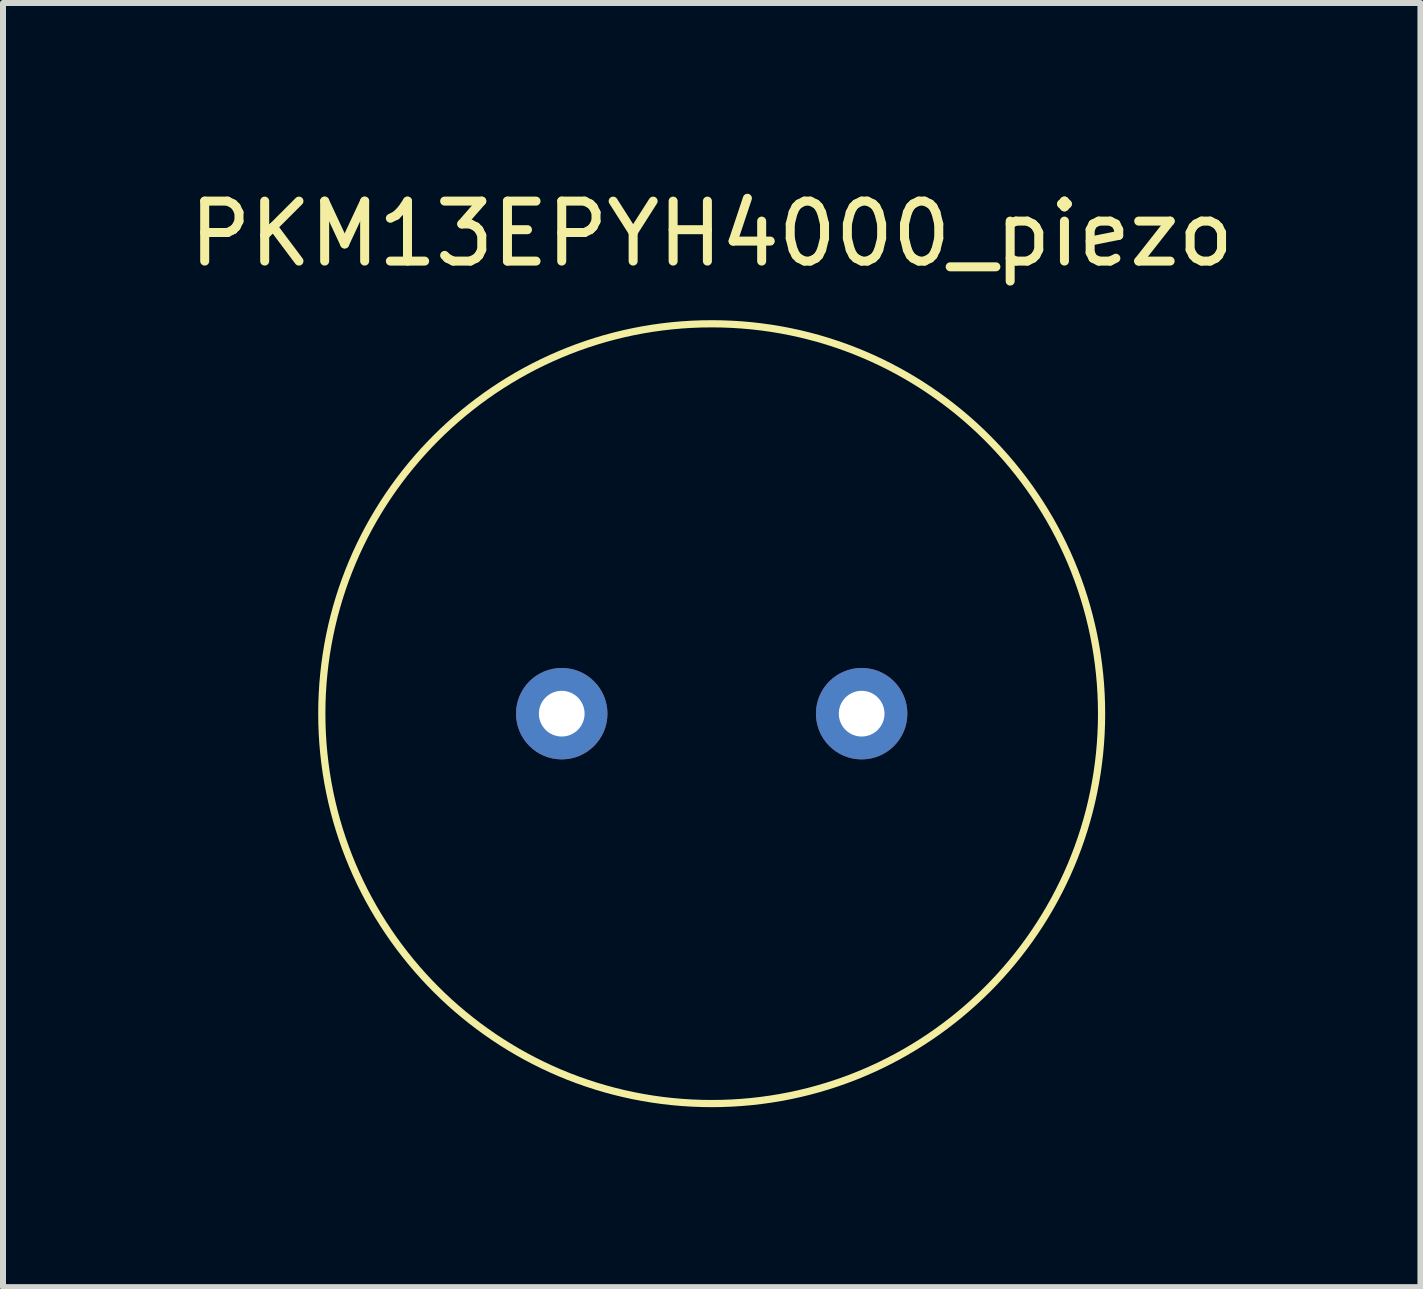
<source format=kicad_pcb>
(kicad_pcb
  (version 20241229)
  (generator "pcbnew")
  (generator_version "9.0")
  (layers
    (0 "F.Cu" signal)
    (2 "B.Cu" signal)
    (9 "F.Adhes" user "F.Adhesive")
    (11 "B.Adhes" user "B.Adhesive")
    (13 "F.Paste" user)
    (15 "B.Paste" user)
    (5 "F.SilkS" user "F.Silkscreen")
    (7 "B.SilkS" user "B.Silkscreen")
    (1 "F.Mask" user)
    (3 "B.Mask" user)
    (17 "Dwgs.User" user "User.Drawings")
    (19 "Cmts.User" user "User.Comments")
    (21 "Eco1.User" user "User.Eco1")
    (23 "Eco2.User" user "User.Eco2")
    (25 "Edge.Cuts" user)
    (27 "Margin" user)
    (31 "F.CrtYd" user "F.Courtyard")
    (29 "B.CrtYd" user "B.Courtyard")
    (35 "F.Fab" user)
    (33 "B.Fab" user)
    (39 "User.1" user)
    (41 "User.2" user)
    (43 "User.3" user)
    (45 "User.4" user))
  (footprint "PKM13EPYH4000_piezo"
    (layer "F.Cu")
    (at 8.815 8.848)
    (property "Reference" "PKM13EPYH4000_piezo" (at 0 -8 0) (layer "F.SilkS") (effects (font (size 1 1) (thickness 0.15))))
    (attr through_hole)
    (fp_circle (center 0 0) (end 6.5 0) (stroke (width 0.12) (type solid)) (fill no) (layer "F.SilkS"))
    (pad "1" thru_hole circle (at 2.5 0) (size 1.524 1.524) (drill 0.762) (layers "*.Cu" "*.Mask"))
    (pad "2" thru_hole circle (at -2.5 0) (size 1.524 1.524) (drill 0.762) (layers "*.Cu" "*.Mask")))
  (gr_rect
    (start -3 -3)
    (end 20.631 18.408)
    (stroke (width 0.1) (type default))
    (fill no)
    (layer "Edge.Cuts")))
</source>
